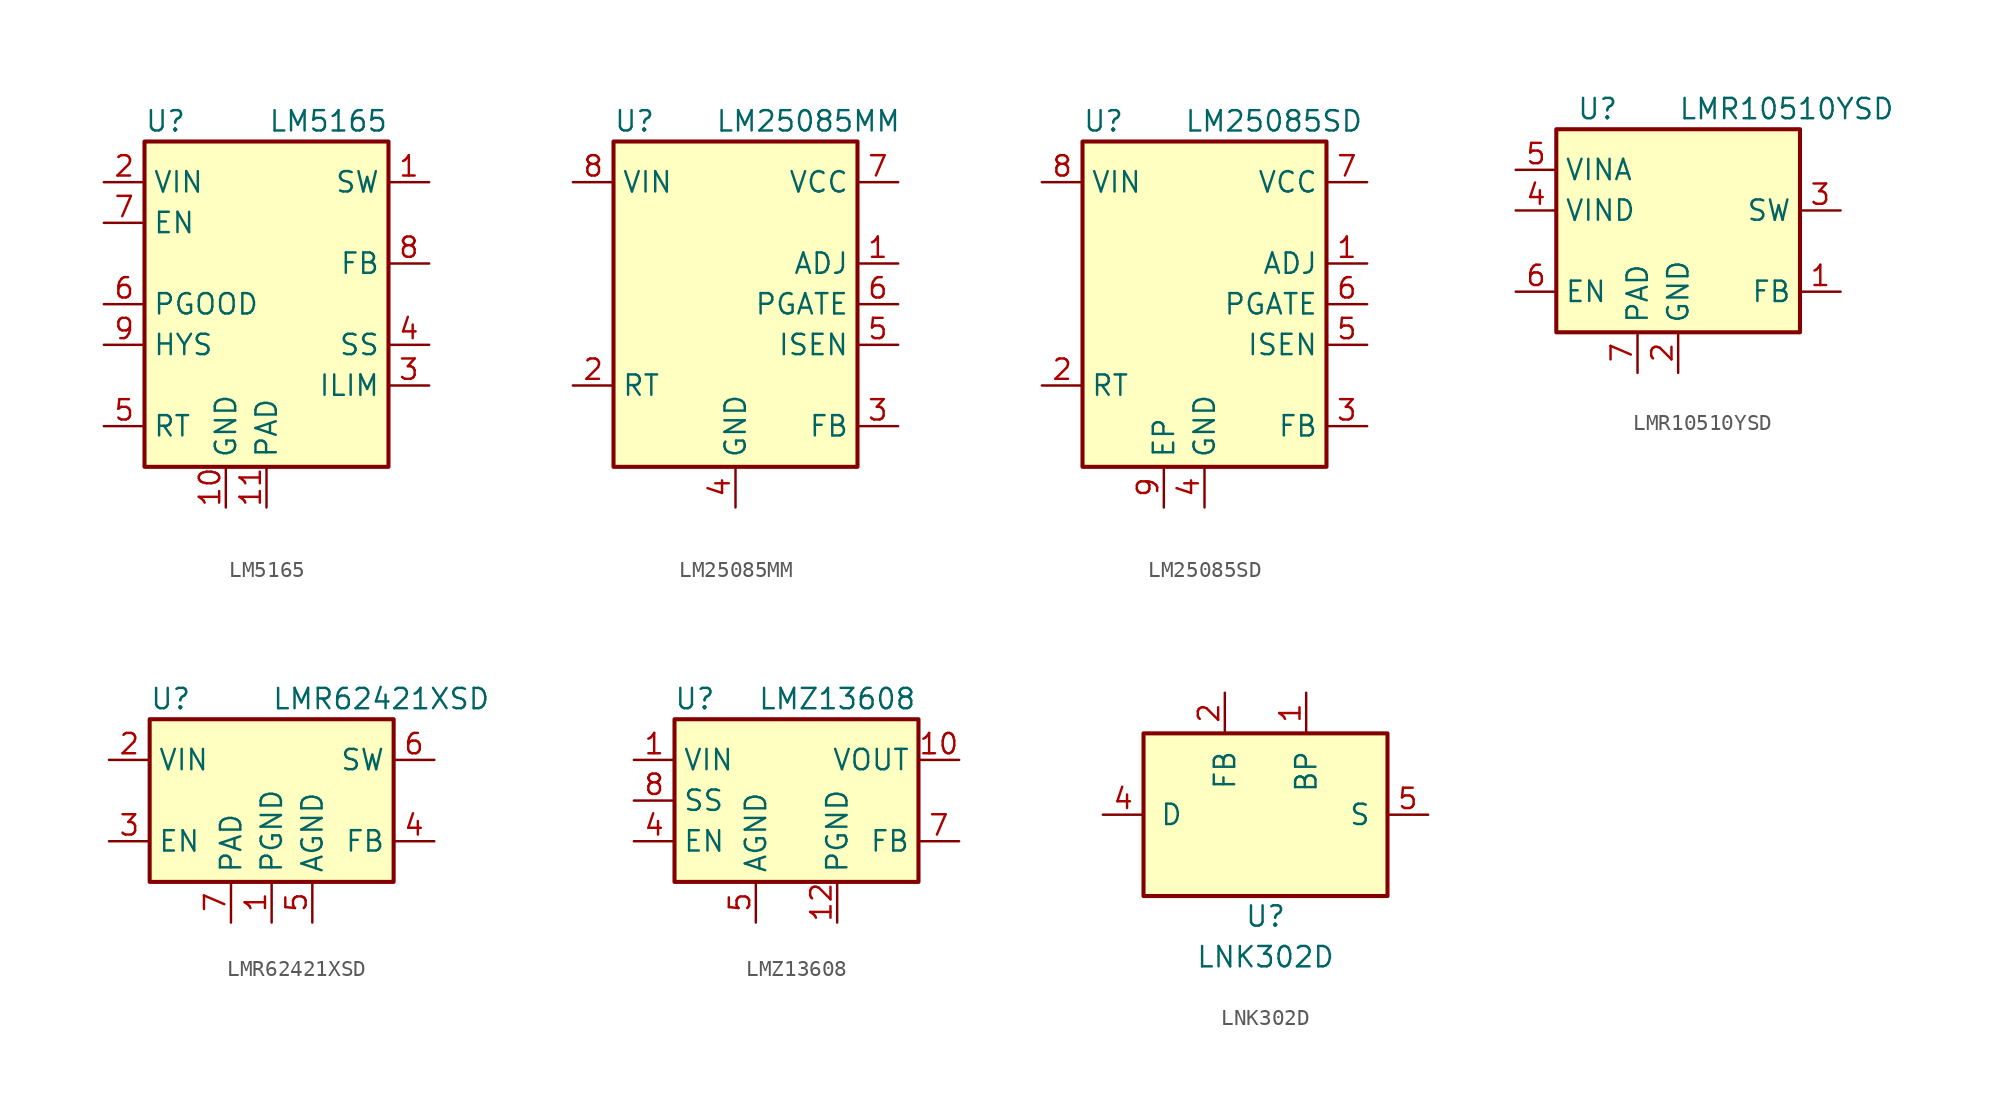
<source format=kicad_sym>
(kicad_symbol_lib
  (version 20201005)
  (generator kicad_symbol_editor)
  (symbol "LM5165"
    (property "Reference" "U"
      (at -7.62 11.43 0)
      (effects (font (size 1.27 1.27)) (justify left)))
    (property "Value" "LM5165"
      (at 7.62 11.43 0)
      (effects (font (size 1.27 1.27)) (justify right)))
    (symbol "LM5165_0_1"
      (rectangle (start -7.62 10.16) (end 7.62 -10.16) (stroke (width 0.254)) (fill (type background))))
    (symbol "LM5165_1_1"
      (pin power_out line (at 10.16 7.62 180) (length 2.54) (name "SW" (effects (font (size 1.27 1.27)))) (number "1" (effects (font (size 1.27 1.27)))))
      (pin power_in line (at -2.54 -12.7 90) (length 2.54) (name "GND" (effects (font (size 1.27 1.27)))) (number "10" (effects (font (size 1.27 1.27)))))
      (pin power_in line (at 0 -12.7 90) (length 2.54) (name "PAD" (effects (font (size 1.27 1.27)))) (number "11" (effects (font (size 1.27 1.27)))))
      (pin power_in line (at -10.16 7.62 0) (length 2.54) (name "VIN" (effects (font (size 1.27 1.27)))) (number "2" (effects (font (size 1.27 1.27)))))
      (pin input line (at 10.16 -5.08 180) (length 2.54) (name "ILIM" (effects (font (size 1.27 1.27)))) (number "3" (effects (font (size 1.27 1.27)))))
      (pin input line (at 10.16 -2.54 180) (length 2.54) (name "SS" (effects (font (size 1.27 1.27)))) (number "4" (effects (font (size 1.27 1.27)))))
      (pin input line (at -10.16 -7.62 0) (length 2.54) (name "RT" (effects (font (size 1.27 1.27)))) (number "5" (effects (font (size 1.27 1.27)))))
      (pin output line (at -10.16 0 0) (length 2.54) (name "PGOOD" (effects (font (size 1.27 1.27)))) (number "6" (effects (font (size 1.27 1.27)))))
      (pin input line (at -10.16 5.08 0) (length 2.54) (name "EN" (effects (font (size 1.27 1.27)))) (number "7" (effects (font (size 1.27 1.27)))))
      (pin input line (at 10.16 2.54 180) (length 2.54) (name "FB" (effects (font (size 1.27 1.27)))) (number "8" (effects (font (size 1.27 1.27)))))
      (pin output line (at -10.16 -2.54 0) (length 2.54) (name "HYS" (effects (font (size 1.27 1.27)))) (number "9" (effects (font (size 1.27 1.27)))))))
  (symbol "LM25085MM"
    (property "Reference" "U"
      (at -7.62 11.43 0)
      (effects (font (size 1.27 1.27)) (justify left)))
    (property "Value" "LM25085MM"
      (at -1.27 11.43 0)
      (effects (font (size 1.27 1.27)) (justify left)))
    (symbol "LM25085MM_0_1"
      (rectangle (start -7.62 10.16) (end 7.62 -10.16) (stroke (width 0.254)) (fill (type background))))
    (symbol "LM25085MM_1_1"
      (pin input line (at 10.16 2.54 180) (length 2.54) (name "ADJ" (effects (font (size 1.27 1.27)))) (number "1" (effects (font (size 1.27 1.27)))))
      (pin input line (at -10.16 -5.08 0) (length 2.54) (name "RT" (effects (font (size 1.27 1.27)))) (number "2" (effects (font (size 1.27 1.27)))))
      (pin input line (at 10.16 -7.62 180) (length 2.54) (name "FB" (effects (font (size 1.27 1.27)))) (number "3" (effects (font (size 1.27 1.27)))))
      (pin power_in line (at 0 -12.7 90) (length 2.54) (name "GND" (effects (font (size 1.27 1.27)))) (number "4" (effects (font (size 1.27 1.27)))))
      (pin input line (at 10.16 -2.54 180) (length 2.54) (name "ISEN" (effects (font (size 1.27 1.27)))) (number "5" (effects (font (size 1.27 1.27)))))
      (pin output line (at 10.16 0 180) (length 2.54) (name "PGATE" (effects (font (size 1.27 1.27)))) (number "6" (effects (font (size 1.27 1.27)))))
      (pin power_out line (at 10.16 7.62 180) (length 2.54) (name "VCC" (effects (font (size 1.27 1.27)))) (number "7" (effects (font (size 1.27 1.27)))))
      (pin power_in line (at -10.16 7.62 0) (length 2.54) (name "VIN" (effects (font (size 1.27 1.27)))) (number "8" (effects (font (size 1.27 1.27)))))))
  (symbol "LM25085SD"
    (property "Reference" "U"
      (at -7.62 11.43 0)
      (effects (font (size 1.27 1.27)) (justify left)))
    (property "Value" "LM25085SD"
      (at -1.27 11.43 0)
      (effects (font (size 1.27 1.27)) (justify left)))
    (symbol "LM25085SD_0_1"
      (rectangle (start -7.62 10.16) (end 7.62 -10.16) (stroke (width 0.254)) (fill (type background))))
    (symbol "LM25085SD_1_1"
      (pin input line (at 10.16 2.54 180) (length 2.54) (name "ADJ" (effects (font (size 1.27 1.27)))) (number "1" (effects (font (size 1.27 1.27)))))
      (pin input line (at -10.16 -5.08 0) (length 2.54) (name "RT" (effects (font (size 1.27 1.27)))) (number "2" (effects (font (size 1.27 1.27)))))
      (pin input line (at 10.16 -7.62 180) (length 2.54) (name "FB" (effects (font (size 1.27 1.27)))) (number "3" (effects (font (size 1.27 1.27)))))
      (pin power_in line (at 0 -12.7 90) (length 2.54) (name "GND" (effects (font (size 1.27 1.27)))) (number "4" (effects (font (size 1.27 1.27)))))
      (pin input line (at 10.16 -2.54 180) (length 2.54) (name "ISEN" (effects (font (size 1.27 1.27)))) (number "5" (effects (font (size 1.27 1.27)))))
      (pin output line (at 10.16 0 180) (length 2.54) (name "PGATE" (effects (font (size 1.27 1.27)))) (number "6" (effects (font (size 1.27 1.27)))))
      (pin power_out line (at 10.16 7.62 180) (length 2.54) (name "VCC" (effects (font (size 1.27 1.27)))) (number "7" (effects (font (size 1.27 1.27)))))
      (pin power_in line (at -10.16 7.62 0) (length 2.54) (name "VIN" (effects (font (size 1.27 1.27)))) (number "8" (effects (font (size 1.27 1.27)))))
      (pin passive line (at -2.54 -12.7 90) (length 2.54) (name "EP" (effects (font (size 1.27 1.27)))) (number "9" (effects (font (size 1.27 1.27)))))))
  (symbol "LMR10510YSD"
    (property "Reference" "U"
      (at -6.35 8.89 0)
      (effects (font (size 1.27 1.27)) (justify left)))
    (property "Value" "LMR10510YSD"
      (at 0 8.89 0)
      (effects (font (size 1.27 1.27)) (justify left)))
    (symbol "LMR10510YSD_0_1"
      (rectangle (start -7.62 7.62) (end 7.62 -5.08) (stroke (width 0.254)) (fill (type background))))
    (symbol "LMR10510YSD_1_1"
      (pin input line (at 10.16 -2.54 180) (length 2.54) (name "FB" (effects (font (size 1.27 1.27)))) (number "1" (effects (font (size 1.27 1.27)))))
      (pin power_in line (at 0 -7.62 90) (length 2.54) (name "GND" (effects (font (size 1.27 1.27)))) (number "2" (effects (font (size 1.27 1.27)))))
      (pin output line (at 10.16 2.54 180) (length 2.54) (name "SW" (effects (font (size 1.27 1.27)))) (number "3" (effects (font (size 1.27 1.27)))))
      (pin power_in line (at -10.16 2.54 0) (length 2.54) (name "VIND" (effects (font (size 1.27 1.27)))) (number "4" (effects (font (size 1.27 1.27)))))
      (pin input line (at -10.16 5.08 0) (length 2.54) (name "VINA" (effects (font (size 1.27 1.27)))) (number "5" (effects (font (size 1.27 1.27)))))
      (pin input line (at -10.16 -2.54 0) (length 2.54) (name "EN" (effects (font (size 1.27 1.27)))) (number "6" (effects (font (size 1.27 1.27)))))
      (pin passive line (at -2.54 -7.62 90) (length 2.54) (name "PAD" (effects (font (size 1.27 1.27)))) (number "7" (effects (font (size 1.27 1.27)))))))
  (symbol "LMR62421XSD"
    (property "Reference" "U"
      (at -7.62 6.35 0)
      (effects (font (size 1.27 1.27)) (justify left)))
    (property "Value" "LMR62421XSD"
      (at 0 6.35 0)
      (effects (font (size 1.27 1.27)) (justify left)))
    (symbol "LMR62421XSD_0_1"
      (rectangle (start -7.62 5.08) (end 7.62 -5.08) (stroke (width 0.254)) (fill (type background))))
    (symbol "LMR62421XSD_1_1"
      (pin power_in line (at 0 -7.62 90) (length 2.54) (name "PGND" (effects (font (size 1.27 1.27)))) (number "1" (effects (font (size 1.27 1.27)))))
      (pin power_in line (at -10.16 2.54 0) (length 2.54) (name "VIN" (effects (font (size 1.27 1.27)))) (number "2" (effects (font (size 1.27 1.27)))))
      (pin input line (at -10.16 -2.54 0) (length 2.54) (name "EN" (effects (font (size 1.27 1.27)))) (number "3" (effects (font (size 1.27 1.27)))))
      (pin input line (at 10.16 -2.54 180) (length 2.54) (name "FB" (effects (font (size 1.27 1.27)))) (number "4" (effects (font (size 1.27 1.27)))))
      (pin input line (at 2.54 -7.62 90) (length 2.54) (name "AGND" (effects (font (size 1.27 1.27)))) (number "5" (effects (font (size 1.27 1.27)))))
      (pin output line (at 10.16 2.54 180) (length 2.54) (name "SW" (effects (font (size 1.27 1.27)))) (number "6" (effects (font (size 1.27 1.27)))))
      (pin passive line (at -2.54 -7.62 90) (length 2.54) (name "PAD" (effects (font (size 1.27 1.27)))) (number "7" (effects (font (size 1.27 1.27)))))))
  (symbol "LMZ13608"
    (property "Reference" "U"
      (at -6.35 6.35 0)
      (effects (font (size 1.27 1.27))))
    (property "Value" "LMZ13608"
      (at 2.54 6.35 0)
      (effects (font (size 1.27 1.27))))
    (symbol "LMZ13608_0_1"
      (rectangle (start -7.62 5.08) (end 7.62 -5.08) (stroke (width 0.254)) (fill (type background))))
    (symbol "LMZ13608_1_1"
      (pin power_in line (at -10.16 2.54 0) (length 2.54) (name "VIN" (effects (font (size 1.27 1.27)))) (number "1" (effects (font (size 1.27 1.27)))))
      (pin power_out line (at 10.16 2.54 180) (length 2.54) (name "VOUT" (effects (font (size 1.27 1.27)))) (number "10" (effects (font (size 1.27 1.27)))))
      (pin passive line (at 10.16 2.54 180) (length 2.54) hide (name "VOUT" (effects (font (size 1.27 1.27)))) (number "11" (effects (font (size 1.27 1.27)))))
      (pin power_in line (at 2.54 -7.62 90) (length 2.54) (name "PGND" (effects (font (size 1.27 1.27)))) (number "12" (effects (font (size 1.27 1.27)))))
      (pin passive line (at -10.16 2.54 0) (length 2.54) hide (name "VIN" (effects (font (size 1.27 1.27)))) (number "2" (effects (font (size 1.27 1.27)))))
      (pin passive line (at -2.54 -7.62 90) (length 2.54) hide (name "AGND" (effects (font (size 1.27 1.27)))) (number "3" (effects (font (size 1.27 1.27)))))
      (pin input line (at -10.16 -2.54 0) (length 2.54) (name "EN" (effects (font (size 1.27 1.27)))) (number "4" (effects (font (size 1.27 1.27)))))
      (pin power_in line (at -2.54 -7.62 90) (length 2.54) (name "AGND" (effects (font (size 1.27 1.27)))) (number "5" (effects (font (size 1.27 1.27)))))
      (pin passive line (at -2.54 -7.62 90) (length 2.54) hide (name "AGND" (effects (font (size 1.27 1.27)))) (number "6" (effects (font (size 1.27 1.27)))))
      (pin input line (at 10.16 -2.54 180) (length 2.54) (name "FB" (effects (font (size 1.27 1.27)))) (number "7" (effects (font (size 1.27 1.27)))))
      (pin input line (at -10.16 0 0) (length 2.54) (name "SS" (effects (font (size 1.27 1.27)))) (number "8" (effects (font (size 1.27 1.27)))))
      (pin no_connect line (at 7.62 0 180) (length 2.54) hide (name "NC" (effects (font (size 1.27 1.27)))) (number "9" (effects (font (size 1.27 1.27)))))))
  (symbol "LNK302D"
    (pin_names
      (offset 1.016))
    (property "Reference" "U"
      (at 0 -6.35 0)
      (effects (font (size 1.27 1.27))))
    (property "Value" "LNK302D"
      (at 0 -8.89 0)
      (effects (font (size 1.27 1.27))))
    (symbol "LNK302D_0_1"
      (rectangle (start -7.62 5.08) (end 7.62 -5.08) (stroke (width 0.254)) (fill (type background))))
    (symbol "LNK302D_1_1"
      (pin input line (at 2.54 7.62 270) (length 2.54) (name "BP" (effects (font (size 1.27 1.27)))) (number "1" (effects (font (size 1.27 1.27)))))
      (pin input line (at -2.54 7.62 270) (length 2.54) (name "FB" (effects (font (size 1.27 1.27)))) (number "2" (effects (font (size 1.27 1.27)))))
      (pin open_collector line (at -10.16 0 0) (length 2.54) (name "D" (effects (font (size 1.27 1.27)))) (number "4" (effects (font (size 1.27 1.27)))))
      (pin open_emitter line (at 10.16 0 180) (length 2.54) (name "S" (effects (font (size 1.27 1.27)))) (number "5" (effects (font (size 1.27 1.27)))))
      (pin open_emitter line (at 10.16 0 180) (length 2.54) hide (name "S" (effects (font (size 1.27 1.27)))) (number "6" (effects (font (size 1.27 1.27)))))
      (pin open_emitter line (at 10.16 0 180) (length 2.54) hide (name "S" (effects (font (size 1.27 1.27)))) (number "7" (effects (font (size 1.27 1.27)))))
      (pin open_emitter line (at 10.16 0 180) (length 2.54) hide (name "S" (effects (font (size 1.27 1.27)))) (number "8" (effects (font (size 1.27 1.27))))))))
</source>
